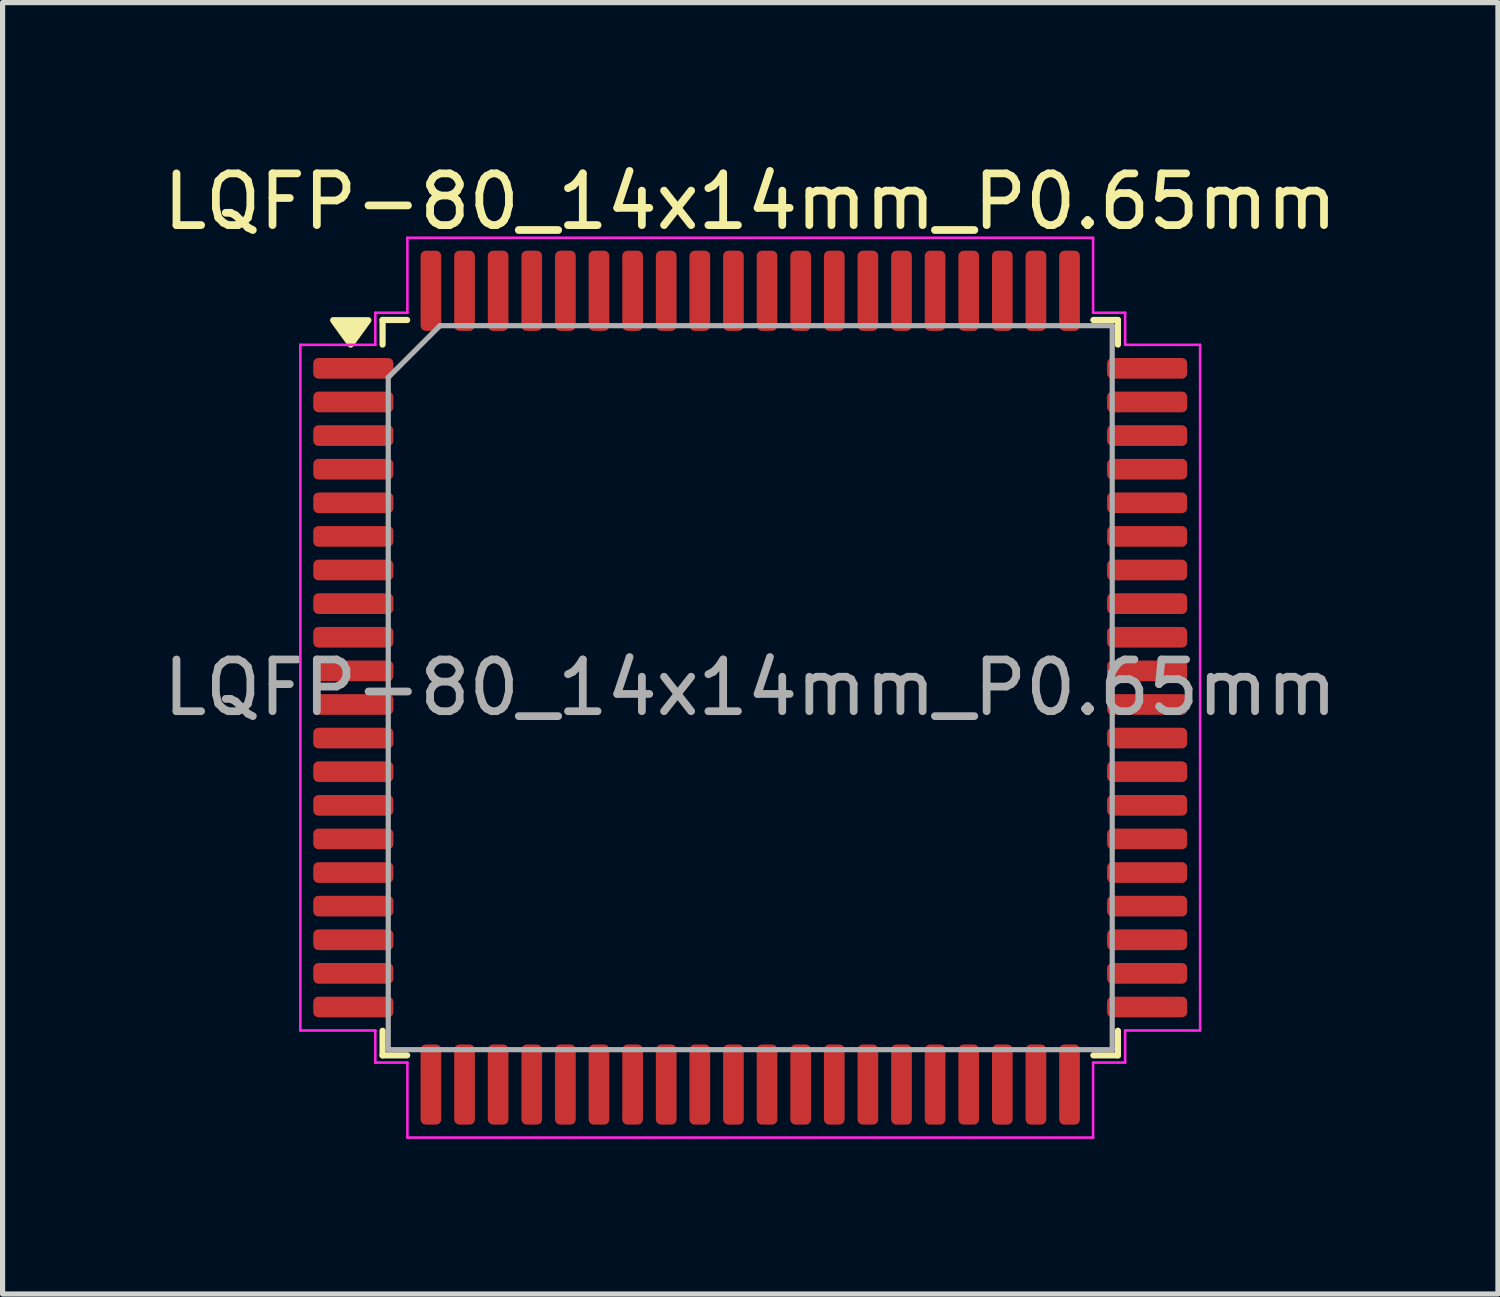
<source format=kicad_pcb>
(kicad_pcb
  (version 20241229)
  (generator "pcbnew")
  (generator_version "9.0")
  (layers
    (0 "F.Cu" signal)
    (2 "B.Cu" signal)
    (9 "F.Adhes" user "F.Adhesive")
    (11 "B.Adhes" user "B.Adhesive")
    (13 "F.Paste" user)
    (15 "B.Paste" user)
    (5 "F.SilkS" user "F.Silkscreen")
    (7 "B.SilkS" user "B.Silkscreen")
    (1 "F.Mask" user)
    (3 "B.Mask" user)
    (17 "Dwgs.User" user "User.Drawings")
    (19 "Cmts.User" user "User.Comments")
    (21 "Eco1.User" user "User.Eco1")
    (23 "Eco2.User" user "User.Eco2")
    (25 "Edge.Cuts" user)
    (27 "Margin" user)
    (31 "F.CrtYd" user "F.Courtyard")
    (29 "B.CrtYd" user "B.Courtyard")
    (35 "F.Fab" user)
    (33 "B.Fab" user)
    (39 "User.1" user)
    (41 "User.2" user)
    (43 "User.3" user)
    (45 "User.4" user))
  (footprint "LQFP-80_14x14mm_P0.65mm"
    (layer "F.Cu")
    (at 11.458 10.248)
    (property "Reference" "LQFP-80_14x14mm_P0.65mm" (at 0 -9.4 0) (layer "F.SilkS") (effects (font (size 1 1) (thickness 0.15))))
    (attr smd)
    (fp_line (start -7.11 -7.11) (end -7.11 -6.635) (stroke (width 0.12) (type solid)) (layer "F.SilkS"))
    (fp_line (start -7.11 7.11) (end -7.11 6.635) (stroke (width 0.12) (type solid)) (layer "F.SilkS"))
    (fp_line (start -6.635 -7.11) (end -7.11 -7.11) (stroke (width 0.12) (type solid)) (layer "F.SilkS"))
    (fp_line (start -6.635 7.11) (end -7.11 7.11) (stroke (width 0.12) (type solid)) (layer "F.SilkS"))
    (fp_line (start 6.635 -7.11) (end 7.11 -7.11) (stroke (width 0.12) (type solid)) (layer "F.SilkS"))
    (fp_line (start 6.635 7.11) (end 7.11 7.11) (stroke (width 0.12) (type solid)) (layer "F.SilkS"))
    (fp_line (start 7.11 -7.11) (end 7.11 -6.635) (stroke (width 0.12) (type solid)) (layer "F.SilkS"))
    (fp_line (start 7.11 7.11) (end 7.11 6.635) (stroke (width 0.12) (type solid)) (layer "F.SilkS"))
    (fp_poly (pts (xy -7.725 -6.635) (xy -8.065 -7.105) (xy -7.385 -7.105)) (stroke (width 0.12) (type solid)) (fill yes) (layer "F.SilkS"))
    (fp_line (start -8.7 -6.63) (end -7.25 -6.63) (stroke (width 0.05) (type solid)) (layer "F.CrtYd"))
    (fp_line (start -8.7 6.63) (end -8.7 -6.63) (stroke (width 0.05) (type solid)) (layer "F.CrtYd"))
    (fp_line (start -7.25 -7.25) (end -6.63 -7.25) (stroke (width 0.05) (type solid)) (layer "F.CrtYd"))
    (fp_line (start -7.25 -6.63) (end -7.25 -7.25) (stroke (width 0.05) (type solid)) (layer "F.CrtYd"))
    (fp_line (start -7.25 6.63) (end -8.7 6.63) (stroke (width 0.05) (type solid)) (layer "F.CrtYd"))
    (fp_line (start -7.25 7.25) (end -7.25 6.63) (stroke (width 0.05) (type solid)) (layer "F.CrtYd"))
    (fp_line (start -6.63 -8.7) (end 6.63 -8.7) (stroke (width 0.05) (type solid)) (layer "F.CrtYd"))
    (fp_line (start -6.63 -7.25) (end -6.63 -8.7) (stroke (width 0.05) (type solid)) (layer "F.CrtYd"))
    (fp_line (start -6.63 7.25) (end -7.25 7.25) (stroke (width 0.05) (type solid)) (layer "F.CrtYd"))
    (fp_line (start -6.63 8.7) (end -6.63 7.25) (stroke (width 0.05) (type solid)) (layer "F.CrtYd"))
    (fp_line (start 6.63 -8.7) (end 6.63 -7.25) (stroke (width 0.05) (type solid)) (layer "F.CrtYd"))
    (fp_line (start 6.63 -7.25) (end 7.25 -7.25) (stroke (width 0.05) (type solid)) (layer "F.CrtYd"))
    (fp_line (start 6.63 7.25) (end 6.63 8.7) (stroke (width 0.05) (type solid)) (layer "F.CrtYd"))
    (fp_line (start 6.63 8.7) (end -6.63 8.7) (stroke (width 0.05) (type solid)) (layer "F.CrtYd"))
    (fp_line (start 7.25 -7.25) (end 7.25 -6.63) (stroke (width 0.05) (type solid)) (layer "F.CrtYd"))
    (fp_line (start 7.25 -6.63) (end 8.7 -6.63) (stroke (width 0.05) (type solid)) (layer "F.CrtYd"))
    (fp_line (start 7.25 6.63) (end 7.25 7.25) (stroke (width 0.05) (type solid)) (layer "F.CrtYd"))
    (fp_line (start 7.25 7.25) (end 6.63 7.25) (stroke (width 0.05) (type solid)) (layer "F.CrtYd"))
    (fp_line (start 8.7 -6.63) (end 8.7 6.63) (stroke (width 0.05) (type solid)) (layer "F.CrtYd"))
    (fp_line (start 8.7 6.63) (end 7.25 6.63) (stroke (width 0.05) (type solid)) (layer "F.CrtYd"))
    (fp_line (start -7 -6) (end -6 -7) (stroke (width 0.1) (type solid)) (layer "F.Fab"))
    (fp_line (start -7 7) (end -7 -6) (stroke (width 0.1) (type solid)) (layer "F.Fab"))
    (fp_line (start -6 -7) (end 7 -7) (stroke (width 0.1) (type solid)) (layer "F.Fab"))
    (fp_line (start 7 -7) (end 7 7) (stroke (width 0.1) (type solid)) (layer "F.Fab"))
    (fp_line (start 7 7) (end -7 7) (stroke (width 0.1) (type solid)) (layer "F.Fab"))
    (fp_text user "${REFERENCE}" (at 0 0 0) (layer "F.Fab") (effects (font (size 1 1) (thickness 0.15))))
    (pad "1" smd roundrect (at -7.675 -6.175) (size 1.55 0.4) (layers "F.Cu" "F.Mask" "F.Paste") (roundrect_rratio 0.25))
    (pad "2" smd roundrect (at -7.675 -5.525) (size 1.55 0.4) (layers "F.Cu" "F.Mask" "F.Paste") (roundrect_rratio 0.25))
    (pad "3" smd roundrect (at -7.675 -4.875) (size 1.55 0.4) (layers "F.Cu" "F.Mask" "F.Paste") (roundrect_rratio 0.25))
    (pad "4" smd roundrect (at -7.675 -4.225) (size 1.55 0.4) (layers "F.Cu" "F.Mask" "F.Paste") (roundrect_rratio 0.25))
    (pad "5" smd roundrect (at -7.675 -3.575) (size 1.55 0.4) (layers "F.Cu" "F.Mask" "F.Paste") (roundrect_rratio 0.25))
    (pad "6" smd roundrect (at -7.675 -2.925) (size 1.55 0.4) (layers "F.Cu" "F.Mask" "F.Paste") (roundrect_rratio 0.25))
    (pad "7" smd roundrect (at -7.675 -2.275) (size 1.55 0.4) (layers "F.Cu" "F.Mask" "F.Paste") (roundrect_rratio 0.25))
    (pad "8" smd roundrect (at -7.675 -1.625) (size 1.55 0.4) (layers "F.Cu" "F.Mask" "F.Paste") (roundrect_rratio 0.25))
    (pad "9" smd roundrect (at -7.675 -0.975) (size 1.55 0.4) (layers "F.Cu" "F.Mask" "F.Paste") (roundrect_rratio 0.25))
    (pad "10" smd roundrect (at -7.675 -0.325) (size 1.55 0.4) (layers "F.Cu" "F.Mask" "F.Paste") (roundrect_rratio 0.25))
    (pad "11" smd roundrect (at -7.675 0.325) (size 1.55 0.4) (layers "F.Cu" "F.Mask" "F.Paste") (roundrect_rratio 0.25))
    (pad "12" smd roundrect (at -7.675 0.975) (size 1.55 0.4) (layers "F.Cu" "F.Mask" "F.Paste") (roundrect_rratio 0.25))
    (pad "13" smd roundrect (at -7.675 1.625) (size 1.55 0.4) (layers "F.Cu" "F.Mask" "F.Paste") (roundrect_rratio 0.25))
    (pad "14" smd roundrect (at -7.675 2.275) (size 1.55 0.4) (layers "F.Cu" "F.Mask" "F.Paste") (roundrect_rratio 0.25))
    (pad "15" smd roundrect (at -7.675 2.925) (size 1.55 0.4) (layers "F.Cu" "F.Mask" "F.Paste") (roundrect_rratio 0.25))
    (pad "16" smd roundrect (at -7.675 3.575) (size 1.55 0.4) (layers "F.Cu" "F.Mask" "F.Paste") (roundrect_rratio 0.25))
    (pad "17" smd roundrect (at -7.675 4.225) (size 1.55 0.4) (layers "F.Cu" "F.Mask" "F.Paste") (roundrect_rratio 0.25))
    (pad "18" smd roundrect (at -7.675 4.875) (size 1.55 0.4) (layers "F.Cu" "F.Mask" "F.Paste") (roundrect_rratio 0.25))
    (pad "19" smd roundrect (at -7.675 5.525) (size 1.55 0.4) (layers "F.Cu" "F.Mask" "F.Paste") (roundrect_rratio 0.25))
    (pad "20" smd roundrect (at -7.675 6.175) (size 1.55 0.4) (layers "F.Cu" "F.Mask" "F.Paste") (roundrect_rratio 0.25))
    (pad "21" smd roundrect (at -6.175 7.675) (size 0.4 1.55) (layers "F.Cu" "F.Mask" "F.Paste") (roundrect_rratio 0.25))
    (pad "22" smd roundrect (at -5.525 7.675) (size 0.4 1.55) (layers "F.Cu" "F.Mask" "F.Paste") (roundrect_rratio 0.25))
    (pad "23" smd roundrect (at -4.875 7.675) (size 0.4 1.55) (layers "F.Cu" "F.Mask" "F.Paste") (roundrect_rratio 0.25))
    (pad "24" smd roundrect (at -4.225 7.675) (size 0.4 1.55) (layers "F.Cu" "F.Mask" "F.Paste") (roundrect_rratio 0.25))
    (pad "25" smd roundrect (at -3.575 7.675) (size 0.4 1.55) (layers "F.Cu" "F.Mask" "F.Paste") (roundrect_rratio 0.25))
    (pad "26" smd roundrect (at -2.925 7.675) (size 0.4 1.55) (layers "F.Cu" "F.Mask" "F.Paste") (roundrect_rratio 0.25))
    (pad "27" smd roundrect (at -2.275 7.675) (size 0.4 1.55) (layers "F.Cu" "F.Mask" "F.Paste") (roundrect_rratio 0.25))
    (pad "28" smd roundrect (at -1.625 7.675) (size 0.4 1.55) (layers "F.Cu" "F.Mask" "F.Paste") (roundrect_rratio 0.25))
    (pad "29" smd roundrect (at -0.975 7.675) (size 0.4 1.55) (layers "F.Cu" "F.Mask" "F.Paste") (roundrect_rratio 0.25))
    (pad "30" smd roundrect (at -0.325 7.675) (size 0.4 1.55) (layers "F.Cu" "F.Mask" "F.Paste") (roundrect_rratio 0.25))
    (pad "31" smd roundrect (at 0.325 7.675) (size 0.4 1.55) (layers "F.Cu" "F.Mask" "F.Paste") (roundrect_rratio 0.25))
    (pad "32" smd roundrect (at 0.975 7.675) (size 0.4 1.55) (layers "F.Cu" "F.Mask" "F.Paste") (roundrect_rratio 0.25))
    (pad "33" smd roundrect (at 1.625 7.675) (size 0.4 1.55) (layers "F.Cu" "F.Mask" "F.Paste") (roundrect_rratio 0.25))
    (pad "34" smd roundrect (at 2.275 7.675) (size 0.4 1.55) (layers "F.Cu" "F.Mask" "F.Paste") (roundrect_rratio 0.25))
    (pad "35" smd roundrect (at 2.925 7.675) (size 0.4 1.55) (layers "F.Cu" "F.Mask" "F.Paste") (roundrect_rratio 0.25))
    (pad "36" smd roundrect (at 3.575 7.675) (size 0.4 1.55) (layers "F.Cu" "F.Mask" "F.Paste") (roundrect_rratio 0.25))
    (pad "37" smd roundrect (at 4.225 7.675) (size 0.4 1.55) (layers "F.Cu" "F.Mask" "F.Paste") (roundrect_rratio 0.25))
    (pad "38" smd roundrect (at 4.875 7.675) (size 0.4 1.55) (layers "F.Cu" "F.Mask" "F.Paste") (roundrect_rratio 0.25))
    (pad "39" smd roundrect (at 5.525 7.675) (size 0.4 1.55) (layers "F.Cu" "F.Mask" "F.Paste") (roundrect_rratio 0.25))
    (pad "40" smd roundrect (at 6.175 7.675) (size 0.4 1.55) (layers "F.Cu" "F.Mask" "F.Paste") (roundrect_rratio 0.25))
    (pad "41" smd roundrect (at 7.675 6.175) (size 1.55 0.4) (layers "F.Cu" "F.Mask" "F.Paste") (roundrect_rratio 0.25))
    (pad "42" smd roundrect (at 7.675 5.525) (size 1.55 0.4) (layers "F.Cu" "F.Mask" "F.Paste") (roundrect_rratio 0.25))
    (pad "43" smd roundrect (at 7.675 4.875) (size 1.55 0.4) (layers "F.Cu" "F.Mask" "F.Paste") (roundrect_rratio 0.25))
    (pad "44" smd roundrect (at 7.675 4.225) (size 1.55 0.4) (layers "F.Cu" "F.Mask" "F.Paste") (roundrect_rratio 0.25))
    (pad "45" smd roundrect (at 7.675 3.575) (size 1.55 0.4) (layers "F.Cu" "F.Mask" "F.Paste") (roundrect_rratio 0.25))
    (pad "46" smd roundrect (at 7.675 2.925) (size 1.55 0.4) (layers "F.Cu" "F.Mask" "F.Paste") (roundrect_rratio 0.25))
    (pad "47" smd roundrect (at 7.675 2.275) (size 1.55 0.4) (layers "F.Cu" "F.Mask" "F.Paste") (roundrect_rratio 0.25))
    (pad "48" smd roundrect (at 7.675 1.625) (size 1.55 0.4) (layers "F.Cu" "F.Mask" "F.Paste") (roundrect_rratio 0.25))
    (pad "49" smd roundrect (at 7.675 0.975) (size 1.55 0.4) (layers "F.Cu" "F.Mask" "F.Paste") (roundrect_rratio 0.25))
    (pad "50" smd roundrect (at 7.675 0.325) (size 1.55 0.4) (layers "F.Cu" "F.Mask" "F.Paste") (roundrect_rratio 0.25))
    (pad "51" smd roundrect (at 7.675 -0.325) (size 1.55 0.4) (layers "F.Cu" "F.Mask" "F.Paste") (roundrect_rratio 0.25))
    (pad "52" smd roundrect (at 7.675 -0.975) (size 1.55 0.4) (layers "F.Cu" "F.Mask" "F.Paste") (roundrect_rratio 0.25))
    (pad "53" smd roundrect (at 7.675 -1.625) (size 1.55 0.4) (layers "F.Cu" "F.Mask" "F.Paste") (roundrect_rratio 0.25))
    (pad "54" smd roundrect (at 7.675 -2.275) (size 1.55 0.4) (layers "F.Cu" "F.Mask" "F.Paste") (roundrect_rratio 0.25))
    (pad "55" smd roundrect (at 7.675 -2.925) (size 1.55 0.4) (layers "F.Cu" "F.Mask" "F.Paste") (roundrect_rratio 0.25))
    (pad "56" smd roundrect (at 7.675 -3.575) (size 1.55 0.4) (layers "F.Cu" "F.Mask" "F.Paste") (roundrect_rratio 0.25))
    (pad "57" smd roundrect (at 7.675 -4.225) (size 1.55 0.4) (layers "F.Cu" "F.Mask" "F.Paste") (roundrect_rratio 0.25))
    (pad "58" smd roundrect (at 7.675 -4.875) (size 1.55 0.4) (layers "F.Cu" "F.Mask" "F.Paste") (roundrect_rratio 0.25))
    (pad "59" smd roundrect (at 7.675 -5.525) (size 1.55 0.4) (layers "F.Cu" "F.Mask" "F.Paste") (roundrect_rratio 0.25))
    (pad "60" smd roundrect (at 7.675 -6.175) (size 1.55 0.4) (layers "F.Cu" "F.Mask" "F.Paste") (roundrect_rratio 0.25))
    (pad "61" smd roundrect (at 6.175 -7.675) (size 0.4 1.55) (layers "F.Cu" "F.Mask" "F.Paste") (roundrect_rratio 0.25))
    (pad "62" smd roundrect (at 5.525 -7.675) (size 0.4 1.55) (layers "F.Cu" "F.Mask" "F.Paste") (roundrect_rratio 0.25))
    (pad "63" smd roundrect (at 4.875 -7.675) (size 0.4 1.55) (layers "F.Cu" "F.Mask" "F.Paste") (roundrect_rratio 0.25))
    (pad "64" smd roundrect (at 4.225 -7.675) (size 0.4 1.55) (layers "F.Cu" "F.Mask" "F.Paste") (roundrect_rratio 0.25))
    (pad "65" smd roundrect (at 3.575 -7.675) (size 0.4 1.55) (layers "F.Cu" "F.Mask" "F.Paste") (roundrect_rratio 0.25))
    (pad "66" smd roundrect (at 2.925 -7.675) (size 0.4 1.55) (layers "F.Cu" "F.Mask" "F.Paste") (roundrect_rratio 0.25))
    (pad "67" smd roundrect (at 2.275 -7.675) (size 0.4 1.55) (layers "F.Cu" "F.Mask" "F.Paste") (roundrect_rratio 0.25))
    (pad "68" smd roundrect (at 1.625 -7.675) (size 0.4 1.55) (layers "F.Cu" "F.Mask" "F.Paste") (roundrect_rratio 0.25))
    (pad "69" smd roundrect (at 0.975 -7.675) (size 0.4 1.55) (layers "F.Cu" "F.Mask" "F.Paste") (roundrect_rratio 0.25))
    (pad "70" smd roundrect (at 0.325 -7.675) (size 0.4 1.55) (layers "F.Cu" "F.Mask" "F.Paste") (roundrect_rratio 0.25))
    (pad "71" smd roundrect (at -0.325 -7.675) (size 0.4 1.55) (layers "F.Cu" "F.Mask" "F.Paste") (roundrect_rratio 0.25))
    (pad "72" smd roundrect (at -0.975 -7.675) (size 0.4 1.55) (layers "F.Cu" "F.Mask" "F.Paste") (roundrect_rratio 0.25))
    (pad "73" smd roundrect (at -1.625 -7.675) (size 0.4 1.55) (layers "F.Cu" "F.Mask" "F.Paste") (roundrect_rratio 0.25))
    (pad "74" smd roundrect (at -2.275 -7.675) (size 0.4 1.55) (layers "F.Cu" "F.Mask" "F.Paste") (roundrect_rratio 0.25))
    (pad "75" smd roundrect (at -2.925 -7.675) (size 0.4 1.55) (layers "F.Cu" "F.Mask" "F.Paste") (roundrect_rratio 0.25))
    (pad "76" smd roundrect (at -3.575 -7.675) (size 0.4 1.55) (layers "F.Cu" "F.Mask" "F.Paste") (roundrect_rratio 0.25))
    (pad "77" smd roundrect (at -4.225 -7.675) (size 0.4 1.55) (layers "F.Cu" "F.Mask" "F.Paste") (roundrect_rratio 0.25))
    (pad "78" smd roundrect (at -4.875 -7.675) (size 0.4 1.55) (layers "F.Cu" "F.Mask" "F.Paste") (roundrect_rratio 0.25))
    (pad "79" smd roundrect (at -5.525 -7.675) (size 0.4 1.55) (layers "F.Cu" "F.Mask" "F.Paste") (roundrect_rratio 0.25))
    (pad "80" smd roundrect (at -6.175 -7.675) (size 0.4 1.55) (layers "F.Cu" "F.Mask" "F.Paste") (roundrect_rratio 0.25)))
  (gr_rect
    (start -3 -3)
    (end 25.917 21.973)
    (stroke (width 0.1) (type default))
    (fill no)
    (layer "Edge.Cuts")))
</source>
